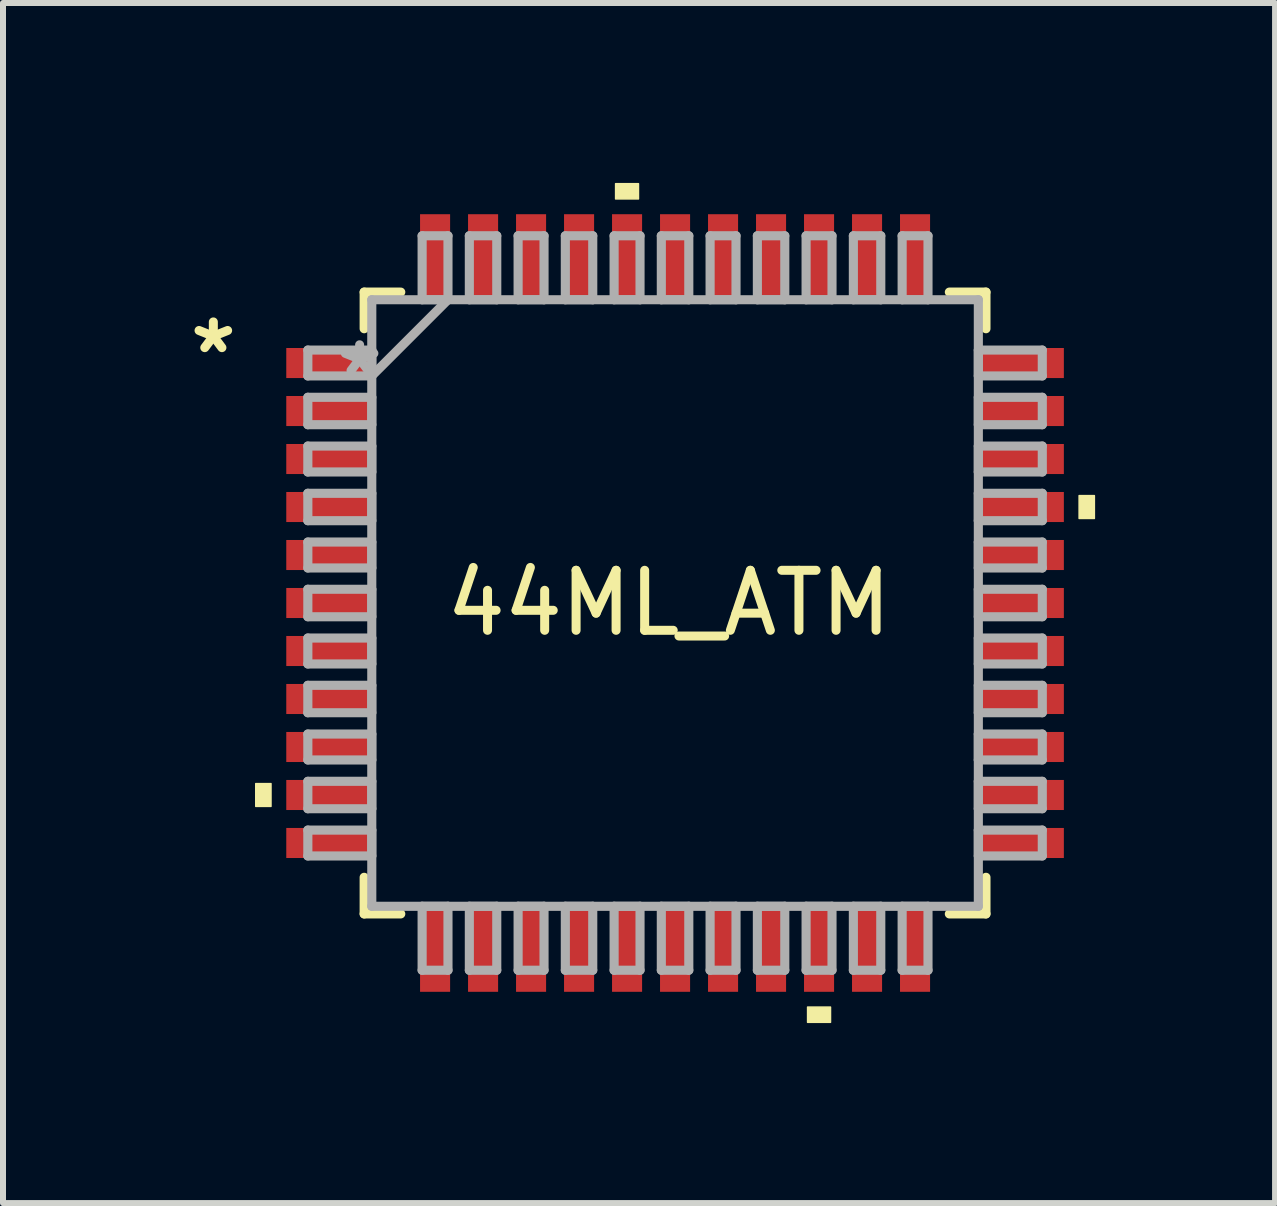
<source format=kicad_pcb>
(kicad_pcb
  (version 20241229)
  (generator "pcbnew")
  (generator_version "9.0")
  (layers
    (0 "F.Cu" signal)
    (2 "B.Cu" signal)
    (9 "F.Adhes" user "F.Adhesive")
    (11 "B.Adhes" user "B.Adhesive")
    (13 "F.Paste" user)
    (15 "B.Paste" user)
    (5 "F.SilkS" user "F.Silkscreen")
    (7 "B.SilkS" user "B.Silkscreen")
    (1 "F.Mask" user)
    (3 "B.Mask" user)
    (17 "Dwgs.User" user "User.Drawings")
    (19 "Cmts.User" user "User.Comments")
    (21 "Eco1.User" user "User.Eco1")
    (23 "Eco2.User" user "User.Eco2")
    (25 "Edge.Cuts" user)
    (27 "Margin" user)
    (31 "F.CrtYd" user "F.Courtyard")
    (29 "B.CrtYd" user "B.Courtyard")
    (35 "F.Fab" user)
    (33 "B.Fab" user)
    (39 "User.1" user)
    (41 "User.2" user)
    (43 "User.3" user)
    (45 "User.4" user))
  (footprint "44ML_ATM"
    (layer "F.Cu")
    (at 8.202 7.001)
    (property "Reference" "44ML_ATM" (at -0.102 0 0) (layer "F.SilkS") (effects (font (size 1 1) (thickness 0.15))))
    (attr smd)
    (fp_line (start -5.182 -5.182) (end -5.182 -4.572) (stroke (width 0.152) (type solid)) (layer "F.SilkS"))
    (fp_line (start -5.182 4.572) (end -5.182 5.182) (stroke (width 0.152) (type solid)) (layer "F.SilkS"))
    (fp_line (start -5.182 5.182) (end -4.572 5.182) (stroke (width 0.152) (type solid)) (layer "F.SilkS"))
    (fp_line (start -4.572 -5.182) (end -5.182 -5.182) (stroke (width 0.152) (type solid)) (layer "F.SilkS"))
    (fp_line (start 4.572 5.182) (end 5.182 5.182) (stroke (width 0.152) (type solid)) (layer "F.SilkS"))
    (fp_line (start 5.182 -5.182) (end 4.572 -5.182) (stroke (width 0.152) (type solid)) (layer "F.SilkS"))
    (fp_line (start 5.182 -4.572) (end 5.182 -5.182) (stroke (width 0.152) (type solid)) (layer "F.SilkS"))
    (fp_line (start 5.182 5.182) (end 5.182 4.572) (stroke (width 0.152) (type solid)) (layer "F.SilkS"))
    (fp_poly (pts (xy -6.989 3.01) (xy -6.989 3.39) (xy -6.735 3.39) (xy -6.735 3.01)) (stroke (width 0.025) (type solid)) (fill yes) (layer "F.SilkS"))
    (fp_poly (pts (xy -0.991 -6.735) (xy -0.991 -6.989) (xy -0.61 -6.989) (xy -0.61 -6.735)) (stroke (width 0.025) (type solid)) (fill yes) (layer "F.SilkS"))
    (fp_poly (pts (xy 2.209 6.735) (xy 2.209 6.989) (xy 2.591 6.989) (xy 2.591 6.735)) (stroke (width 0.025) (type solid)) (fill yes) (layer "F.SilkS"))
    (fp_poly (pts (xy 6.989 -1.79) (xy 6.989 -1.409) (xy 6.735 -1.409) (xy 6.735 -1.79)) (stroke (width 0.025) (type solid)) (fill yes) (layer "F.SilkS"))
    (fp_line (start -6.121 -4.216) (end -6.121 -3.785) (stroke (width 0.152) (type solid)) (layer "F.Fab"))
    (fp_line (start -6.121 -3.785) (end -5.055 -3.785) (stroke (width 0.152) (type solid)) (layer "F.Fab"))
    (fp_line (start -6.121 -3.429) (end -6.121 -2.972) (stroke (width 0.152) (type solid)) (layer "F.Fab"))
    (fp_line (start -6.121 -2.972) (end -5.055 -2.972) (stroke (width 0.152) (type solid)) (layer "F.Fab"))
    (fp_line (start -6.121 -2.616) (end -6.121 -2.184) (stroke (width 0.152) (type solid)) (layer "F.Fab"))
    (fp_line (start -6.121 -2.184) (end -5.055 -2.184) (stroke (width 0.152) (type solid)) (layer "F.Fab"))
    (fp_line (start -6.121 -1.829) (end -6.121 -1.372) (stroke (width 0.152) (type solid)) (layer "F.Fab"))
    (fp_line (start -6.121 -1.372) (end -5.055 -1.372) (stroke (width 0.152) (type solid)) (layer "F.Fab"))
    (fp_line (start -6.121 -1.016) (end -6.121 -0.584) (stroke (width 0.152) (type solid)) (layer "F.Fab"))
    (fp_line (start -6.121 -0.584) (end -5.055 -0.584) (stroke (width 0.152) (type solid)) (layer "F.Fab"))
    (fp_line (start -6.121 -0.229) (end -6.121 0.229) (stroke (width 0.152) (type solid)) (layer "F.Fab"))
    (fp_line (start -6.121 0.229) (end -5.055 0.229) (stroke (width 0.152) (type solid)) (layer "F.Fab"))
    (fp_line (start -6.121 0.584) (end -6.121 1.016) (stroke (width 0.152) (type solid)) (layer "F.Fab"))
    (fp_line (start -6.121 1.016) (end -5.055 1.016) (stroke (width 0.152) (type solid)) (layer "F.Fab"))
    (fp_line (start -6.121 1.372) (end -6.121 1.829) (stroke (width 0.152) (type solid)) (layer "F.Fab"))
    (fp_line (start -6.121 1.829) (end -5.055 1.829) (stroke (width 0.152) (type solid)) (layer "F.Fab"))
    (fp_line (start -6.121 2.184) (end -6.121 2.616) (stroke (width 0.152) (type solid)) (layer "F.Fab"))
    (fp_line (start -6.121 2.616) (end -5.055 2.616) (stroke (width 0.152) (type solid)) (layer "F.Fab"))
    (fp_line (start -6.121 2.972) (end -6.121 3.429) (stroke (width 0.152) (type solid)) (layer "F.Fab"))
    (fp_line (start -6.121 3.429) (end -5.055 3.429) (stroke (width 0.152) (type solid)) (layer "F.Fab"))
    (fp_line (start -6.121 3.785) (end -6.121 4.216) (stroke (width 0.152) (type solid)) (layer "F.Fab"))
    (fp_line (start -6.121 4.216) (end -5.055 4.216) (stroke (width 0.152) (type solid)) (layer "F.Fab"))
    (fp_line (start -5.055 -5.055) (end -5.055 5.055) (stroke (width 0.152) (type solid)) (layer "F.Fab"))
    (fp_line (start -5.055 -4.216) (end -6.121 -4.216) (stroke (width 0.152) (type solid)) (layer "F.Fab"))
    (fp_line (start -5.055 -3.785) (end -5.055 -4.216) (stroke (width 0.152) (type solid)) (layer "F.Fab"))
    (fp_line (start -5.055 -3.785) (end -3.785 -5.055) (stroke (width 0.152) (type solid)) (layer "F.Fab"))
    (fp_line (start -5.055 -3.429) (end -6.121 -3.429) (stroke (width 0.152) (type solid)) (layer "F.Fab"))
    (fp_line (start -5.055 -2.972) (end -5.055 -3.429) (stroke (width 0.152) (type solid)) (layer "F.Fab"))
    (fp_line (start -5.055 -2.616) (end -6.121 -2.616) (stroke (width 0.152) (type solid)) (layer "F.Fab"))
    (fp_line (start -5.055 -2.184) (end -5.055 -2.616) (stroke (width 0.152) (type solid)) (layer "F.Fab"))
    (fp_line (start -5.055 -1.829) (end -6.121 -1.829) (stroke (width 0.152) (type solid)) (layer "F.Fab"))
    (fp_line (start -5.055 -1.372) (end -5.055 -1.829) (stroke (width 0.152) (type solid)) (layer "F.Fab"))
    (fp_line (start -5.055 -1.016) (end -6.121 -1.016) (stroke (width 0.152) (type solid)) (layer "F.Fab"))
    (fp_line (start -5.055 -0.584) (end -5.055 -1.016) (stroke (width 0.152) (type solid)) (layer "F.Fab"))
    (fp_line (start -5.055 -0.229) (end -6.121 -0.229) (stroke (width 0.152) (type solid)) (layer "F.Fab"))
    (fp_line (start -5.055 0.229) (end -5.055 -0.229) (stroke (width 0.152) (type solid)) (layer "F.Fab"))
    (fp_line (start -5.055 0.584) (end -6.121 0.584) (stroke (width 0.152) (type solid)) (layer "F.Fab"))
    (fp_line (start -5.055 1.016) (end -5.055 0.584) (stroke (width 0.152) (type solid)) (layer "F.Fab"))
    (fp_line (start -5.055 1.372) (end -6.121 1.372) (stroke (width 0.152) (type solid)) (layer "F.Fab"))
    (fp_line (start -5.055 1.829) (end -5.055 1.372) (stroke (width 0.152) (type solid)) (layer "F.Fab"))
    (fp_line (start -5.055 2.184) (end -6.121 2.184) (stroke (width 0.152) (type solid)) (layer "F.Fab"))
    (fp_line (start -5.055 2.616) (end -5.055 2.184) (stroke (width 0.152) (type solid)) (layer "F.Fab"))
    (fp_line (start -5.055 2.972) (end -6.121 2.972) (stroke (width 0.152) (type solid)) (layer "F.Fab"))
    (fp_line (start -5.055 3.429) (end -5.055 2.972) (stroke (width 0.152) (type solid)) (layer "F.Fab"))
    (fp_line (start -5.055 3.785) (end -6.121 3.785) (stroke (width 0.152) (type solid)) (layer "F.Fab"))
    (fp_line (start -5.055 4.216) (end -5.055 3.785) (stroke (width 0.152) (type solid)) (layer "F.Fab"))
    (fp_line (start -5.055 5.055) (end 5.055 5.055) (stroke (width 0.152) (type solid)) (layer "F.Fab"))
    (fp_line (start -4.216 -6.121) (end -4.216 -5.055) (stroke (width 0.152) (type solid)) (layer "F.Fab"))
    (fp_line (start -4.216 -5.055) (end -3.785 -5.055) (stroke (width 0.152) (type solid)) (layer "F.Fab"))
    (fp_line (start -4.216 5.055) (end -4.216 6.121) (stroke (width 0.152) (type solid)) (layer "F.Fab"))
    (fp_line (start -4.216 6.121) (end -3.785 6.121) (stroke (width 0.152) (type solid)) (layer "F.Fab"))
    (fp_line (start -3.785 -6.121) (end -4.216 -6.121) (stroke (width 0.152) (type solid)) (layer "F.Fab"))
    (fp_line (start -3.785 -5.055) (end -3.785 -6.121) (stroke (width 0.152) (type solid)) (layer "F.Fab"))
    (fp_line (start -3.785 5.055) (end -4.216 5.055) (stroke (width 0.152) (type solid)) (layer "F.Fab"))
    (fp_line (start -3.785 6.121) (end -3.785 5.055) (stroke (width 0.152) (type solid)) (layer "F.Fab"))
    (fp_line (start -3.429 -6.121) (end -3.429 -5.055) (stroke (width 0.152) (type solid)) (layer "F.Fab"))
    (fp_line (start -3.429 -5.055) (end -2.972 -5.055) (stroke (width 0.152) (type solid)) (layer "F.Fab"))
    (fp_line (start -3.429 5.055) (end -3.429 6.121) (stroke (width 0.152) (type solid)) (layer "F.Fab"))
    (fp_line (start -3.429 6.121) (end -2.972 6.121) (stroke (width 0.152) (type solid)) (layer "F.Fab"))
    (fp_line (start -2.972 -6.121) (end -3.429 -6.121) (stroke (width 0.152) (type solid)) (layer "F.Fab"))
    (fp_line (start -2.972 -5.055) (end -2.972 -6.121) (stroke (width 0.152) (type solid)) (layer "F.Fab"))
    (fp_line (start -2.972 5.055) (end -3.429 5.055) (stroke (width 0.152) (type solid)) (layer "F.Fab"))
    (fp_line (start -2.972 6.121) (end -2.972 5.055) (stroke (width 0.152) (type solid)) (layer "F.Fab"))
    (fp_line (start -2.616 -6.121) (end -2.616 -5.055) (stroke (width 0.152) (type solid)) (layer "F.Fab"))
    (fp_line (start -2.616 -5.055) (end -2.184 -5.055) (stroke (width 0.152) (type solid)) (layer "F.Fab"))
    (fp_line (start -2.616 5.055) (end -2.616 6.121) (stroke (width 0.152) (type solid)) (layer "F.Fab"))
    (fp_line (start -2.616 6.121) (end -2.184 6.121) (stroke (width 0.152) (type solid)) (layer "F.Fab"))
    (fp_line (start -2.184 -6.121) (end -2.616 -6.121) (stroke (width 0.152) (type solid)) (layer "F.Fab"))
    (fp_line (start -2.184 -5.055) (end -2.184 -6.121) (stroke (width 0.152) (type solid)) (layer "F.Fab"))
    (fp_line (start -2.184 5.055) (end -2.616 5.055) (stroke (width 0.152) (type solid)) (layer "F.Fab"))
    (fp_line (start -2.184 6.121) (end -2.184 5.055) (stroke (width 0.152) (type solid)) (layer "F.Fab"))
    (fp_line (start -1.829 -6.121) (end -1.829 -5.055) (stroke (width 0.152) (type solid)) (layer "F.Fab"))
    (fp_line (start -1.829 -5.055) (end -1.372 -5.055) (stroke (width 0.152) (type solid)) (layer "F.Fab"))
    (fp_line (start -1.829 5.055) (end -1.829 6.121) (stroke (width 0.152) (type solid)) (layer "F.Fab"))
    (fp_line (start -1.829 6.121) (end -1.372 6.121) (stroke (width 0.152) (type solid)) (layer "F.Fab"))
    (fp_line (start -1.372 -6.121) (end -1.829 -6.121) (stroke (width 0.152) (type solid)) (layer "F.Fab"))
    (fp_line (start -1.372 -5.055) (end -1.372 -6.121) (stroke (width 0.152) (type solid)) (layer "F.Fab"))
    (fp_line (start -1.372 5.055) (end -1.829 5.055) (stroke (width 0.152) (type solid)) (layer "F.Fab"))
    (fp_line (start -1.372 6.121) (end -1.372 5.055) (stroke (width 0.152) (type solid)) (layer "F.Fab"))
    (fp_line (start -1.016 -6.121) (end -1.016 -5.055) (stroke (width 0.152) (type solid)) (layer "F.Fab"))
    (fp_line (start -1.016 -5.055) (end -0.584 -5.055) (stroke (width 0.152) (type solid)) (layer "F.Fab"))
    (fp_line (start -1.016 5.055) (end -1.016 6.121) (stroke (width 0.152) (type solid)) (layer "F.Fab"))
    (fp_line (start -1.016 6.121) (end -0.584 6.121) (stroke (width 0.152) (type solid)) (layer "F.Fab"))
    (fp_line (start -0.584 -6.121) (end -1.016 -6.121) (stroke (width 0.152) (type solid)) (layer "F.Fab"))
    (fp_line (start -0.584 -5.055) (end -0.584 -6.121) (stroke (width 0.152) (type solid)) (layer "F.Fab"))
    (fp_line (start -0.584 5.055) (end -1.016 5.055) (stroke (width 0.152) (type solid)) (layer "F.Fab"))
    (fp_line (start -0.584 6.121) (end -0.584 5.055) (stroke (width 0.152) (type solid)) (layer "F.Fab"))
    (fp_line (start -0.229 -6.121) (end -0.229 -5.055) (stroke (width 0.152) (type solid)) (layer "F.Fab"))
    (fp_line (start -0.229 -5.055) (end 0.229 -5.055) (stroke (width 0.152) (type solid)) (layer "F.Fab"))
    (fp_line (start -0.229 5.055) (end -0.229 6.121) (stroke (width 0.152) (type solid)) (layer "F.Fab"))
    (fp_line (start -0.229 6.121) (end 0.229 6.121) (stroke (width 0.152) (type solid)) (layer "F.Fab"))
    (fp_line (start 0.229 -6.121) (end -0.229 -6.121) (stroke (width 0.152) (type solid)) (layer "F.Fab"))
    (fp_line (start 0.229 -5.055) (end 0.229 -6.121) (stroke (width 0.152) (type solid)) (layer "F.Fab"))
    (fp_line (start 0.229 5.055) (end -0.229 5.055) (stroke (width 0.152) (type solid)) (layer "F.Fab"))
    (fp_line (start 0.229 6.121) (end 0.229 5.055) (stroke (width 0.152) (type solid)) (layer "F.Fab"))
    (fp_line (start 0.584 -6.121) (end 0.584 -5.055) (stroke (width 0.152) (type solid)) (layer "F.Fab"))
    (fp_line (start 0.584 -5.055) (end 1.016 -5.055) (stroke (width 0.152) (type solid)) (layer "F.Fab"))
    (fp_line (start 0.584 5.055) (end 0.584 6.121) (stroke (width 0.152) (type solid)) (layer "F.Fab"))
    (fp_line (start 0.584 6.121) (end 1.016 6.121) (stroke (width 0.152) (type solid)) (layer "F.Fab"))
    (fp_line (start 1.016 -6.121) (end 0.584 -6.121) (stroke (width 0.152) (type solid)) (layer "F.Fab"))
    (fp_line (start 1.016 -5.055) (end 1.016 -6.121) (stroke (width 0.152) (type solid)) (layer "F.Fab"))
    (fp_line (start 1.016 5.055) (end 0.584 5.055) (stroke (width 0.152) (type solid)) (layer "F.Fab"))
    (fp_line (start 1.016 6.121) (end 1.016 5.055) (stroke (width 0.152) (type solid)) (layer "F.Fab"))
    (fp_line (start 1.372 -6.121) (end 1.372 -5.055) (stroke (width 0.152) (type solid)) (layer "F.Fab"))
    (fp_line (start 1.372 -5.055) (end 1.829 -5.055) (stroke (width 0.152) (type solid)) (layer "F.Fab"))
    (fp_line (start 1.372 5.055) (end 1.372 6.121) (stroke (width 0.152) (type solid)) (layer "F.Fab"))
    (fp_line (start 1.372 6.121) (end 1.829 6.121) (stroke (width 0.152) (type solid)) (layer "F.Fab"))
    (fp_line (start 1.829 -6.121) (end 1.372 -6.121) (stroke (width 0.152) (type solid)) (layer "F.Fab"))
    (fp_line (start 1.829 -5.055) (end 1.829 -6.121) (stroke (width 0.152) (type solid)) (layer "F.Fab"))
    (fp_line (start 1.829 5.055) (end 1.372 5.055) (stroke (width 0.152) (type solid)) (layer "F.Fab"))
    (fp_line (start 1.829 6.121) (end 1.829 5.055) (stroke (width 0.152) (type solid)) (layer "F.Fab"))
    (fp_line (start 2.184 -6.121) (end 2.184 -5.055) (stroke (width 0.152) (type solid)) (layer "F.Fab"))
    (fp_line (start 2.184 -5.055) (end 2.616 -5.055) (stroke (width 0.152) (type solid)) (layer "F.Fab"))
    (fp_line (start 2.184 5.055) (end 2.184 6.121) (stroke (width 0.152) (type solid)) (layer "F.Fab"))
    (fp_line (start 2.184 6.121) (end 2.616 6.121) (stroke (width 0.152) (type solid)) (layer "F.Fab"))
    (fp_line (start 2.616 -6.121) (end 2.184 -6.121) (stroke (width 0.152) (type solid)) (layer "F.Fab"))
    (fp_line (start 2.616 -5.055) (end 2.616 -6.121) (stroke (width 0.152) (type solid)) (layer "F.Fab"))
    (fp_line (start 2.616 5.055) (end 2.184 5.055) (stroke (width 0.152) (type solid)) (layer "F.Fab"))
    (fp_line (start 2.616 6.121) (end 2.616 5.055) (stroke (width 0.152) (type solid)) (layer "F.Fab"))
    (fp_line (start 2.972 -6.121) (end 2.972 -5.055) (stroke (width 0.152) (type solid)) (layer "F.Fab"))
    (fp_line (start 2.972 -5.055) (end 3.429 -5.055) (stroke (width 0.152) (type solid)) (layer "F.Fab"))
    (fp_line (start 2.972 5.055) (end 2.972 6.121) (stroke (width 0.152) (type solid)) (layer "F.Fab"))
    (fp_line (start 2.972 6.121) (end 3.429 6.121) (stroke (width 0.152) (type solid)) (layer "F.Fab"))
    (fp_line (start 3.429 -6.121) (end 2.972 -6.121) (stroke (width 0.152) (type solid)) (layer "F.Fab"))
    (fp_line (start 3.429 -5.055) (end 3.429 -6.121) (stroke (width 0.152) (type solid)) (layer "F.Fab"))
    (fp_line (start 3.429 5.055) (end 2.972 5.055) (stroke (width 0.152) (type solid)) (layer "F.Fab"))
    (fp_line (start 3.429 6.121) (end 3.429 5.055) (stroke (width 0.152) (type solid)) (layer "F.Fab"))
    (fp_line (start 3.785 -6.121) (end 3.785 -5.055) (stroke (width 0.152) (type solid)) (layer "F.Fab"))
    (fp_line (start 3.785 -5.055) (end 4.216 -5.055) (stroke (width 0.152) (type solid)) (layer "F.Fab"))
    (fp_line (start 3.785 5.055) (end 3.785 6.121) (stroke (width 0.152) (type solid)) (layer "F.Fab"))
    (fp_line (start 3.785 6.121) (end 4.216 6.121) (stroke (width 0.152) (type solid)) (layer "F.Fab"))
    (fp_line (start 4.216 -6.121) (end 3.785 -6.121) (stroke (width 0.152) (type solid)) (layer "F.Fab"))
    (fp_line (start 4.216 -5.055) (end 4.216 -6.121) (stroke (width 0.152) (type solid)) (layer "F.Fab"))
    (fp_line (start 4.216 5.055) (end 3.785 5.055) (stroke (width 0.152) (type solid)) (layer "F.Fab"))
    (fp_line (start 4.216 6.121) (end 4.216 5.055) (stroke (width 0.152) (type solid)) (layer "F.Fab"))
    (fp_line (start 5.055 -5.055) (end -5.055 -5.055) (stroke (width 0.152) (type solid)) (layer "F.Fab"))
    (fp_line (start 5.055 -4.216) (end 5.055 -3.785) (stroke (width 0.152) (type solid)) (layer "F.Fab"))
    (fp_line (start 5.055 -3.785) (end 6.121 -3.785) (stroke (width 0.152) (type solid)) (layer "F.Fab"))
    (fp_line (start 5.055 -3.429) (end 5.055 -2.972) (stroke (width 0.152) (type solid)) (layer "F.Fab"))
    (fp_line (start 5.055 -2.972) (end 6.121 -2.972) (stroke (width 0.152) (type solid)) (layer "F.Fab"))
    (fp_line (start 5.055 -2.616) (end 5.055 -2.184) (stroke (width 0.152) (type solid)) (layer "F.Fab"))
    (fp_line (start 5.055 -2.184) (end 6.121 -2.184) (stroke (width 0.152) (type solid)) (layer "F.Fab"))
    (fp_line (start 5.055 -1.829) (end 5.055 -1.372) (stroke (width 0.152) (type solid)) (layer "F.Fab"))
    (fp_line (start 5.055 -1.372) (end 6.121 -1.372) (stroke (width 0.152) (type solid)) (layer "F.Fab"))
    (fp_line (start 5.055 -1.016) (end 5.055 -0.584) (stroke (width 0.152) (type solid)) (layer "F.Fab"))
    (fp_line (start 5.055 -0.584) (end 6.121 -0.584) (stroke (width 0.152) (type solid)) (layer "F.Fab"))
    (fp_line (start 5.055 -0.229) (end 5.055 0.229) (stroke (width 0.152) (type solid)) (layer "F.Fab"))
    (fp_line (start 5.055 0.229) (end 6.121 0.229) (stroke (width 0.152) (type solid)) (layer "F.Fab"))
    (fp_line (start 5.055 0.584) (end 5.055 1.016) (stroke (width 0.152) (type solid)) (layer "F.Fab"))
    (fp_line (start 5.055 1.016) (end 6.121 1.016) (stroke (width 0.152) (type solid)) (layer "F.Fab"))
    (fp_line (start 5.055 1.372) (end 5.055 1.829) (stroke (width 0.152) (type solid)) (layer "F.Fab"))
    (fp_line (start 5.055 1.829) (end 6.121 1.829) (stroke (width 0.152) (type solid)) (layer "F.Fab"))
    (fp_line (start 5.055 2.184) (end 5.055 2.616) (stroke (width 0.152) (type solid)) (layer "F.Fab"))
    (fp_line (start 5.055 2.616) (end 6.121 2.616) (stroke (width 0.152) (type solid)) (layer "F.Fab"))
    (fp_line (start 5.055 2.972) (end 5.055 3.429) (stroke (width 0.152) (type solid)) (layer "F.Fab"))
    (fp_line (start 5.055 3.429) (end 6.121 3.429) (stroke (width 0.152) (type solid)) (layer "F.Fab"))
    (fp_line (start 5.055 3.785) (end 5.055 4.216) (stroke (width 0.152) (type solid)) (layer "F.Fab"))
    (fp_line (start 5.055 4.216) (end 6.121 4.216) (stroke (width 0.152) (type solid)) (layer "F.Fab"))
    (fp_line (start 5.055 5.055) (end 5.055 -5.055) (stroke (width 0.152) (type solid)) (layer "F.Fab"))
    (fp_line (start 6.121 -4.216) (end 5.055 -4.216) (stroke (width 0.152) (type solid)) (layer "F.Fab"))
    (fp_line (start 6.121 -3.785) (end 6.121 -4.216) (stroke (width 0.152) (type solid)) (layer "F.Fab"))
    (fp_line (start 6.121 -3.429) (end 5.055 -3.429) (stroke (width 0.152) (type solid)) (layer "F.Fab"))
    (fp_line (start 6.121 -2.972) (end 6.121 -3.429) (stroke (width 0.152) (type solid)) (layer "F.Fab"))
    (fp_line (start 6.121 -2.616) (end 5.055 -2.616) (stroke (width 0.152) (type solid)) (layer "F.Fab"))
    (fp_line (start 6.121 -2.184) (end 6.121 -2.616) (stroke (width 0.152) (type solid)) (layer "F.Fab"))
    (fp_line (start 6.121 -1.829) (end 5.055 -1.829) (stroke (width 0.152) (type solid)) (layer "F.Fab"))
    (fp_line (start 6.121 -1.372) (end 6.121 -1.829) (stroke (width 0.152) (type solid)) (layer "F.Fab"))
    (fp_line (start 6.121 -1.016) (end 5.055 -1.016) (stroke (width 0.152) (type solid)) (layer "F.Fab"))
    (fp_line (start 6.121 -0.584) (end 6.121 -1.016) (stroke (width 0.152) (type solid)) (layer "F.Fab"))
    (fp_line (start 6.121 -0.229) (end 5.055 -0.229) (stroke (width 0.152) (type solid)) (layer "F.Fab"))
    (fp_line (start 6.121 0.229) (end 6.121 -0.229) (stroke (width 0.152) (type solid)) (layer "F.Fab"))
    (fp_line (start 6.121 0.584) (end 5.055 0.584) (stroke (width 0.152) (type solid)) (layer "F.Fab"))
    (fp_line (start 6.121 1.016) (end 6.121 0.584) (stroke (width 0.152) (type solid)) (layer "F.Fab"))
    (fp_line (start 6.121 1.372) (end 5.055 1.372) (stroke (width 0.152) (type solid)) (layer "F.Fab"))
    (fp_line (start 6.121 1.829) (end 6.121 1.372) (stroke (width 0.152) (type solid)) (layer "F.Fab"))
    (fp_line (start 6.121 2.184) (end 5.055 2.184) (stroke (width 0.152) (type solid)) (layer "F.Fab"))
    (fp_line (start 6.121 2.616) (end 6.121 2.184) (stroke (width 0.152) (type solid)) (layer "F.Fab"))
    (fp_line (start 6.121 2.972) (end 5.055 2.972) (stroke (width 0.152) (type solid)) (layer "F.Fab"))
    (fp_line (start 6.121 3.429) (end 6.121 2.972) (stroke (width 0.152) (type solid)) (layer "F.Fab"))
    (fp_line (start 6.121 3.785) (end 5.055 3.785) (stroke (width 0.152) (type solid)) (layer "F.Fab"))
    (fp_line (start 6.121 4.216) (end 6.121 3.785) (stroke (width 0.152) (type solid)) (layer "F.Fab"))
    (fp_text user "*" (at -7.696 -4.14 0) (layer "F.SilkS") (effects (font (size 1 1) (thickness 0.15))))
    (fp_text user "*" (at -5.258 -3.759 0) (layer "F.Fab") (effects (font (size 1 1) (thickness 0.15))))
    (pad "1" smd rect (at -5.75 -4 270) (size 0.501 1.461) (layers "F.Cu" "F.Mask" "F.Paste"))
    (pad "2" smd rect (at -5.75 -3.2 270) (size 0.501 1.461) (layers "F.Cu" "F.Mask" "F.Paste"))
    (pad "3" smd rect (at -5.75 -2.4 270) (size 0.501 1.461) (layers "F.Cu" "F.Mask" "F.Paste"))
    (pad "4" smd rect (at -5.75 -1.6 270) (size 0.501 1.461) (layers "F.Cu" "F.Mask" "F.Paste"))
    (pad "5" smd rect (at -5.75 -0.8 270) (size 0.501 1.461) (layers "F.Cu" "F.Mask" "F.Paste"))
    (pad "6" smd rect (at -5.75 0 270) (size 0.501 1.461) (layers "F.Cu" "F.Mask" "F.Paste"))
    (pad "7" smd rect (at -5.75 0.8 270) (size 0.501 1.461) (layers "F.Cu" "F.Mask" "F.Paste"))
    (pad "8" smd rect (at -5.75 1.6 270) (size 0.501 1.461) (layers "F.Cu" "F.Mask" "F.Paste"))
    (pad "9" smd rect (at -5.75 2.4 270) (size 0.501 1.461) (layers "F.Cu" "F.Mask" "F.Paste"))
    (pad "10" smd rect (at -5.75 3.2 270) (size 0.501 1.461) (layers "F.Cu" "F.Mask" "F.Paste"))
    (pad "11" smd rect (at -5.75 4 270) (size 0.501 1.461) (layers "F.Cu" "F.Mask" "F.Paste"))
    (pad "12" smd rect (at -4 5.75 180) (size 0.501 1.461) (layers "F.Cu" "F.Mask" "F.Paste"))
    (pad "13" smd rect (at -3.2 5.75 180) (size 0.501 1.461) (layers "F.Cu" "F.Mask" "F.Paste"))
    (pad "14" smd rect (at -2.4 5.75 180) (size 0.501 1.461) (layers "F.Cu" "F.Mask" "F.Paste"))
    (pad "15" smd rect (at -1.6 5.75 180) (size 0.501 1.461) (layers "F.Cu" "F.Mask" "F.Paste"))
    (pad "16" smd rect (at -0.8 5.75 180) (size 0.501 1.461) (layers "F.Cu" "F.Mask" "F.Paste"))
    (pad "17" smd rect (at 0 5.75 180) (size 0.501 1.461) (layers "F.Cu" "F.Mask" "F.Paste"))
    (pad "18" smd rect (at 0.8 5.75 180) (size 0.501 1.461) (layers "F.Cu" "F.Mask" "F.Paste"))
    (pad "19" smd rect (at 1.6 5.75 180) (size 0.501 1.461) (layers "F.Cu" "F.Mask" "F.Paste"))
    (pad "20" smd rect (at 2.4 5.75 180) (size 0.501 1.461) (layers "F.Cu" "F.Mask" "F.Paste"))
    (pad "21" smd rect (at 3.2 5.75 180) (size 0.501 1.461) (layers "F.Cu" "F.Mask" "F.Paste"))
    (pad "22" smd rect (at 4 5.75 180) (size 0.501 1.461) (layers "F.Cu" "F.Mask" "F.Paste"))
    (pad "23" smd rect (at 5.75 4 270) (size 0.501 1.461) (layers "F.Cu" "F.Mask" "F.Paste"))
    (pad "24" smd rect (at 5.75 3.2 270) (size 0.501 1.461) (layers "F.Cu" "F.Mask" "F.Paste"))
    (pad "25" smd rect (at 5.75 2.4 270) (size 0.501 1.461) (layers "F.Cu" "F.Mask" "F.Paste"))
    (pad "26" smd rect (at 5.75 1.6 270) (size 0.501 1.461) (layers "F.Cu" "F.Mask" "F.Paste"))
    (pad "27" smd rect (at 5.75 0.8 270) (size 0.501 1.461) (layers "F.Cu" "F.Mask" "F.Paste"))
    (pad "28" smd rect (at 5.75 0 270) (size 0.501 1.461) (layers "F.Cu" "F.Mask" "F.Paste"))
    (pad "29" smd rect (at 5.75 -0.8 270) (size 0.501 1.461) (layers "F.Cu" "F.Mask" "F.Paste"))
    (pad "30" smd rect (at 5.75 -1.6 270) (size 0.501 1.461) (layers "F.Cu" "F.Mask" "F.Paste"))
    (pad "31" smd rect (at 5.75 -2.4 270) (size 0.501 1.461) (layers "F.Cu" "F.Mask" "F.Paste"))
    (pad "32" smd rect (at 5.75 -3.2 270) (size 0.501 1.461) (layers "F.Cu" "F.Mask" "F.Paste"))
    (pad "33" smd rect (at 5.75 -4 270) (size 0.501 1.461) (layers "F.Cu" "F.Mask" "F.Paste"))
    (pad "34" smd rect (at 4 -5.75 180) (size 0.501 1.461) (layers "F.Cu" "F.Mask" "F.Paste"))
    (pad "35" smd rect (at 3.2 -5.75 180) (size 0.501 1.461) (layers "F.Cu" "F.Mask" "F.Paste"))
    (pad "36" smd rect (at 2.4 -5.75 180) (size 0.501 1.461) (layers "F.Cu" "F.Mask" "F.Paste"))
    (pad "37" smd rect (at 1.6 -5.75 180) (size 0.501 1.461) (layers "F.Cu" "F.Mask" "F.Paste"))
    (pad "38" smd rect (at 0.8 -5.75 180) (size 0.501 1.461) (layers "F.Cu" "F.Mask" "F.Paste"))
    (pad "39" smd rect (at 0 -5.75 180) (size 0.501 1.461) (layers "F.Cu" "F.Mask" "F.Paste"))
    (pad "40" smd rect (at -0.8 -5.75 180) (size 0.501 1.461) (layers "F.Cu" "F.Mask" "F.Paste"))
    (pad "41" smd rect (at -1.6 -5.75 180) (size 0.501 1.461) (layers "F.Cu" "F.Mask" "F.Paste"))
    (pad "42" smd rect (at -2.4 -5.75 180) (size 0.501 1.461) (layers "F.Cu" "F.Mask" "F.Paste"))
    (pad "43" smd rect (at -3.2 -5.75 180) (size 0.501 1.461) (layers "F.Cu" "F.Mask" "F.Paste"))
    (pad "44" smd rect (at -4 -5.75 180) (size 0.501 1.461) (layers "F.Cu" "F.Mask" "F.Paste")))
  (gr_rect
    (start -3 -3)
    (end 18.203 17.003)
    (stroke (width 0.1) (type default))
    (fill no)
    (layer "Edge.Cuts")))
</source>
